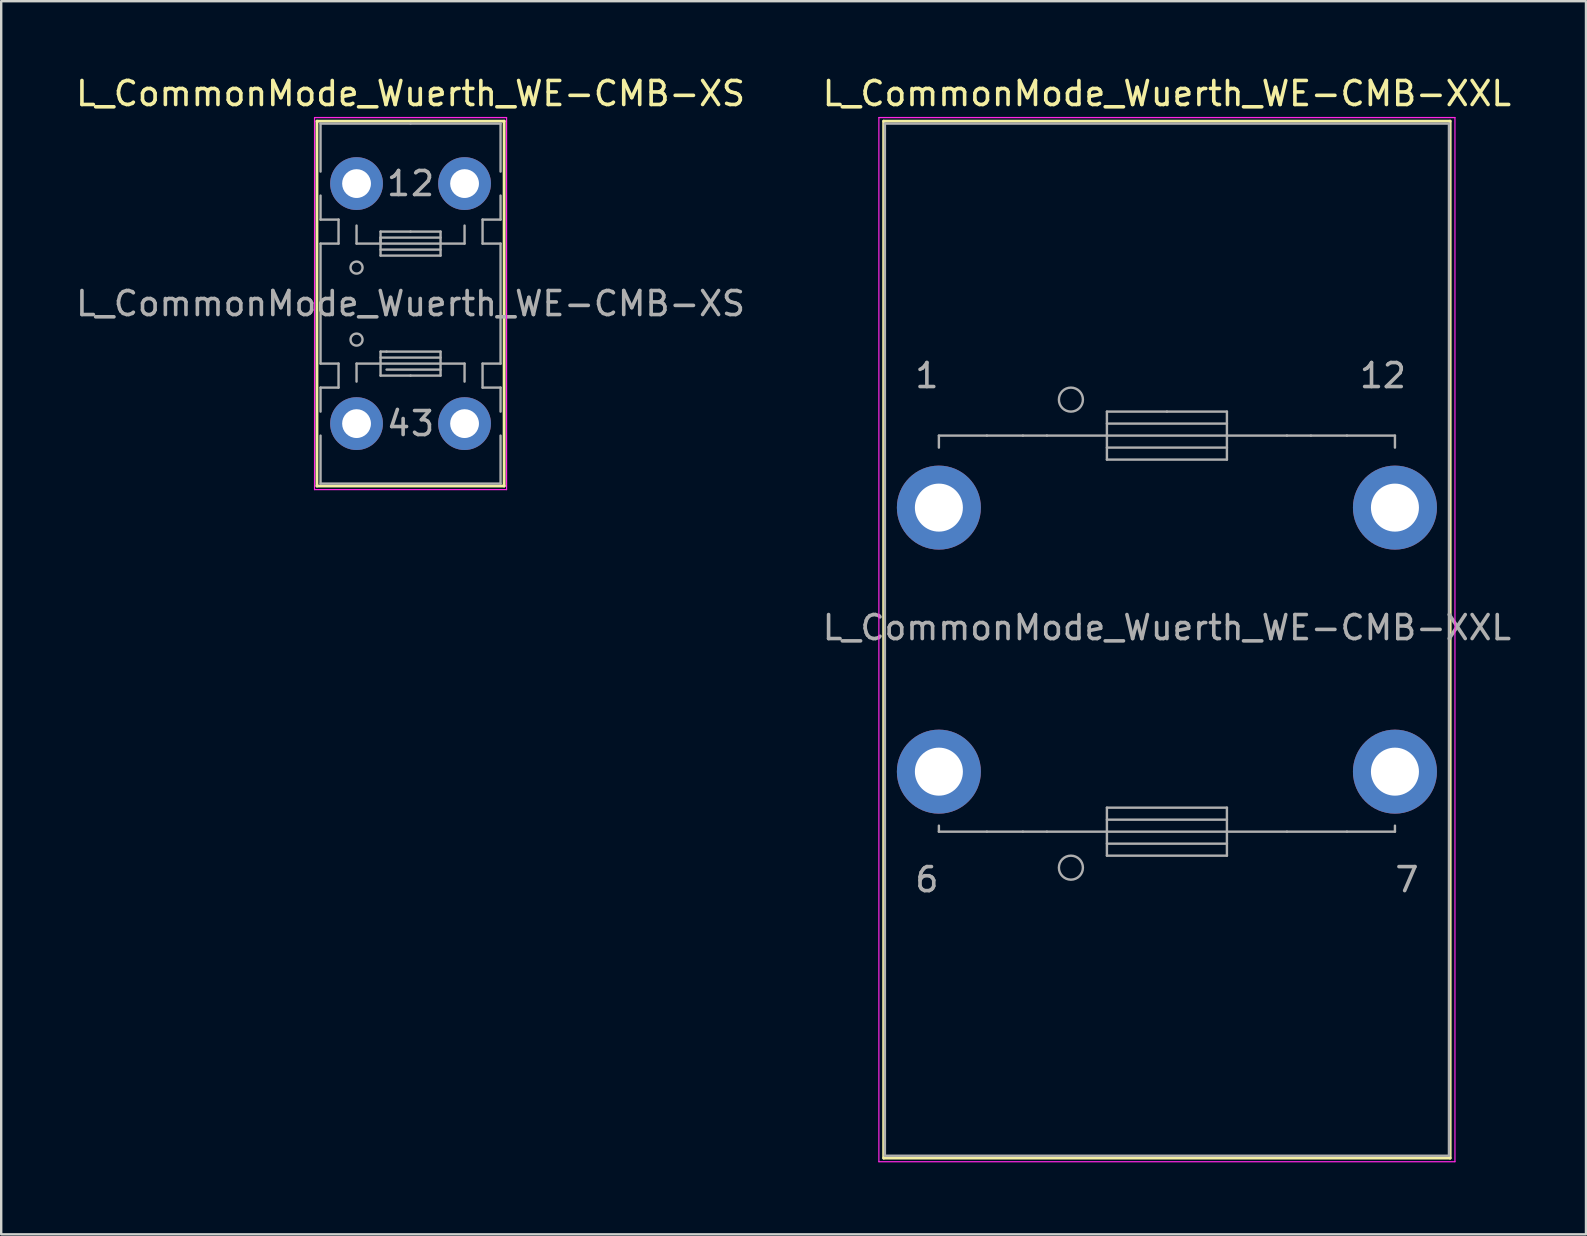
<source format=kicad_pcb>
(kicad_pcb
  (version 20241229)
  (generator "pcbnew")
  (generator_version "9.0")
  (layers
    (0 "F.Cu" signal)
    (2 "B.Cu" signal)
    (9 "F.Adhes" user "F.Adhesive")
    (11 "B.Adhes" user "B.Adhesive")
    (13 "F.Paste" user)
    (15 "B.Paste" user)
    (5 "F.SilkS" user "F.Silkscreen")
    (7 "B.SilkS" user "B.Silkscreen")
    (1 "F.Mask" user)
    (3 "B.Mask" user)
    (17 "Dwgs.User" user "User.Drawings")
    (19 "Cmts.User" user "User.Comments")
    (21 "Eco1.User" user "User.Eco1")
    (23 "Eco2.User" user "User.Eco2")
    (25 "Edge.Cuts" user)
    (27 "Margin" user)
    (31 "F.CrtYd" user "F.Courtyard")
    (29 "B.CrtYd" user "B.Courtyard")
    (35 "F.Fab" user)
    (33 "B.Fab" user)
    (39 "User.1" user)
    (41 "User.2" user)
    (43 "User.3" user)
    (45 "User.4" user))
  (footprint "L_CommonMode_Wuerth_WE-CMB-XXL"
    (layer "F.Cu")
    (at 36.065 18.098)
    (property "Reference" "L_CommonMode_Wuerth_WE-CMB-XXL" (at 9.5 -17.25 0) (layer "F.SilkS") (effects (font (size 1 1) (thickness 0.15))))
    (attr through_hole)
    (fp_line (start -2.3 -16.1) (end 21.3 -16.1) (stroke (width 0.12) (type solid)) (layer "F.SilkS"))
    (fp_line (start -2.3 27.1) (end -2.3 -16.1) (stroke (width 0.12) (type solid)) (layer "F.SilkS"))
    (fp_line (start 21.3 -16.1) (end 21.3 27.1) (stroke (width 0.12) (type solid)) (layer "F.SilkS"))
    (fp_line (start 21.3 27.1) (end -2.3 27.1) (stroke (width 0.12) (type solid)) (layer "F.SilkS"))
    (fp_line (start -2.5 -16.25) (end 21.5 -16.25) (stroke (width 0.05) (type solid)) (layer "F.CrtYd"))
    (fp_line (start -2.5 27.25) (end -2.5 -16.25) (stroke (width 0.05) (type solid)) (layer "F.CrtYd"))
    (fp_line (start 21.5 -16.25) (end 21.5 27.25) (stroke (width 0.05) (type solid)) (layer "F.CrtYd"))
    (fp_line (start 21.5 27.25) (end -2.5 27.25) (stroke (width 0.05) (type solid)) (layer "F.CrtYd"))
    (fp_line (start -2.25 -16) (end -2.25 27) (stroke (width 0.1) (type solid)) (layer "F.Fab"))
    (fp_line (start -2.25 27) (end 21.25 27) (stroke (width 0.1) (type solid)) (layer "F.Fab"))
    (fp_line (start 0 -3) (end 0 -2.5) (stroke (width 0.1) (type solid)) (layer "F.Fab"))
    (fp_line (start 0 13.5) (end 0 13.25) (stroke (width 0.1) (type solid)) (layer "F.Fab"))
    (fp_line (start 2 -3) (end 0 -3) (stroke (width 0.1) (type solid)) (layer "F.Fab"))
    (fp_line (start 2 13.5) (end 0 13.5) (stroke (width 0.1) (type solid)) (layer "F.Fab"))
    (fp_line (start 3.5 -3) (end 2 -3) (stroke (width 0.1) (type solid)) (layer "F.Fab"))
    (fp_line (start 3.5 13.5) (end 2 13.5) (stroke (width 0.1) (type solid)) (layer "F.Fab"))
    (fp_line (start 4.5 -3) (end 3.5 -3) (stroke (width 0.1) (type solid)) (layer "F.Fab"))
    (fp_line (start 4.5 13.5) (end 3.5 13.5) (stroke (width 0.1) (type solid)) (layer "F.Fab"))
    (fp_line (start 4.5 13.5) (end 7 13.5) (stroke (width 0.1) (type solid)) (layer "F.Fab"))
    (fp_line (start 7 -4) (end 9.5 -4) (stroke (width 0.1) (type solid)) (layer "F.Fab"))
    (fp_line (start 7 -3) (end 4.5 -3) (stroke (width 0.1) (type solid)) (layer "F.Fab"))
    (fp_line (start 7 -3) (end 12 -3) (stroke (width 0.1) (type solid)) (layer "F.Fab"))
    (fp_line (start 7 -2.5) (end 12 -2.5) (stroke (width 0.1) (type solid)) (layer "F.Fab"))
    (fp_line (start 7 -2) (end 7 -4) (stroke (width 0.1) (type solid)) (layer "F.Fab"))
    (fp_line (start 7 12.5) (end 12 12.5) (stroke (width 0.1) (type solid)) (layer "F.Fab"))
    (fp_line (start 7 14) (end 12 14) (stroke (width 0.1) (type solid)) (layer "F.Fab"))
    (fp_line (start 7 14.5) (end 7 12.5) (stroke (width 0.1) (type solid)) (layer "F.Fab"))
    (fp_line (start 9.5 -4) (end 12 -4) (stroke (width 0.1) (type solid)) (layer "F.Fab"))
    (fp_line (start 12 -4) (end 12 -2) (stroke (width 0.1) (type solid)) (layer "F.Fab"))
    (fp_line (start 12 -3.5) (end 7 -3.5) (stroke (width 0.1) (type solid)) (layer "F.Fab"))
    (fp_line (start 12 -3) (end 14.5 -3) (stroke (width 0.1) (type solid)) (layer "F.Fab"))
    (fp_line (start 12 -2) (end 7 -2) (stroke (width 0.1) (type solid)) (layer "F.Fab"))
    (fp_line (start 12 12.5) (end 12 14.5) (stroke (width 0.1) (type solid)) (layer "F.Fab"))
    (fp_line (start 12 13) (end 7 13) (stroke (width 0.1) (type solid)) (layer "F.Fab"))
    (fp_line (start 12 13.5) (end 7 13.5) (stroke (width 0.1) (type solid)) (layer "F.Fab"))
    (fp_line (start 12 14.5) (end 7 14.5) (stroke (width 0.1) (type solid)) (layer "F.Fab"))
    (fp_line (start 14.5 -3) (end 15.5 -3) (stroke (width 0.1) (type solid)) (layer "F.Fab"))
    (fp_line (start 14.5 13.5) (end 12 13.5) (stroke (width 0.1) (type solid)) (layer "F.Fab"))
    (fp_line (start 14.5 13.5) (end 17 13.5) (stroke (width 0.1) (type solid)) (layer "F.Fab"))
    (fp_line (start 15.5 -3) (end 17 -3) (stroke (width 0.1) (type solid)) (layer "F.Fab"))
    (fp_line (start 17 -3) (end 19 -3) (stroke (width 0.1) (type solid)) (layer "F.Fab"))
    (fp_line (start 17 13.5) (end 19 13.5) (stroke (width 0.1) (type solid)) (layer "F.Fab"))
    (fp_line (start 19 -3) (end 19 -2.5) (stroke (width 0.1) (type solid)) (layer "F.Fab"))
    (fp_line (start 19 13.5) (end 19 13.25) (stroke (width 0.1) (type solid)) (layer "F.Fab"))
    (fp_line (start 21.25 -16) (end -2.25 -16) (stroke (width 0.1) (type solid)) (layer "F.Fab"))
    (fp_line (start 21.25 27) (end 21.25 -16) (stroke (width 0.1) (type solid)) (layer "F.Fab"))
    (fp_circle (center 5.5 -4.5) (end 6 -4.5) (stroke (width 0.1) (type solid)) (fill no) (layer "F.Fab"))
    (fp_circle (center 5.5 15) (end 6 15) (stroke (width 0.1) (type solid)) (fill no) (layer "F.Fab"))
    (fp_text user "12" (at 18.5 -5.5 0) (layer "F.Fab") (effects (font (size 1 1) (thickness 0.15))))
    (fp_text user "6" (at -0.5 15.5 0) (layer "F.Fab") (effects (font (size 1 1) (thickness 0.15))))
    (fp_text user "${REFERENCE}" (at 9.5 5 0) (layer "F.Fab") (effects (font (size 1 1) (thickness 0.15))))
    (fp_text user "1" (at -0.5 -5.5 0) (layer "F.Fab") (effects (font (size 1 1) (thickness 0.15))))
    (fp_text user "7" (at 19.5 15.5 0) (layer "F.Fab") (effects (font (size 1 1) (thickness 0.15))))
    (pad "1" thru_hole circle (at 0 0) (size 3.5 3.5) (drill 2) (layers "*.Cu" "*.Mask"))
    (pad "6" thru_hole circle (at 0 11) (size 3.5 3.5) (drill 2) (layers "*.Cu" "*.Mask"))
    (pad "7" thru_hole circle (at 19 11) (size 3.5 3.5) (drill 2) (layers "*.Cu" "*.Mask"))
    (pad "12" thru_hole circle (at 19 0) (size 3.5 3.5) (drill 2) (layers "*.Cu" "*.Mask")))
  (footprint "L_CommonMode_Wuerth_WE-CMB-XS"
    (layer "F.Cu")
    (at 11.804 4.598)
    (property "Reference" "L_CommonMode_Wuerth_WE-CMB-XS" (at 2.25 -3.75 0) (layer "F.SilkS") (effects (font (size 1 1) (thickness 0.15))))
    (attr through_hole)
    (fp_line (start -1.65 -2.6) (end -1.65 12.6) (stroke (width 0.12) (type solid)) (layer "F.SilkS"))
    (fp_line (start -1.65 12.6) (end 6.15 12.6) (stroke (width 0.12) (type solid)) (layer "F.SilkS"))
    (fp_line (start 6.15 -2.6) (end -1.65 -2.6) (stroke (width 0.12) (type solid)) (layer "F.SilkS"))
    (fp_line (start 6.15 12.6) (end 6.15 -2.6) (stroke (width 0.12) (type solid)) (layer "F.SilkS"))
    (fp_line (start -1.75 -2.75) (end -1.75 12.75) (stroke (width 0.05) (type solid)) (layer "F.CrtYd"))
    (fp_line (start -1.75 12.75) (end 6.25 12.75) (stroke (width 0.05) (type solid)) (layer "F.CrtYd"))
    (fp_line (start 6.25 -2.75) (end -1.75 -2.75) (stroke (width 0.05) (type solid)) (layer "F.CrtYd"))
    (fp_line (start 6.25 12.75) (end 6.25 -2.75) (stroke (width 0.05) (type solid)) (layer "F.CrtYd"))
    (fp_line (start -1.5 -2.5) (end 2.25 -2.5) (stroke (width 0.1) (type solid)) (layer "F.Fab"))
    (fp_line (start -1.5 -0.5) (end -1.5 -2.5) (stroke (width 0.1) (type solid)) (layer "F.Fab"))
    (fp_line (start -1.5 1.5) (end -1.5 0.5) (stroke (width 0.1) (type solid)) (layer "F.Fab"))
    (fp_line (start -1.5 2.5) (end -0.75 2.5) (stroke (width 0.1) (type solid)) (layer "F.Fab"))
    (fp_line (start -1.5 7.5) (end -1.5 2.5) (stroke (width 0.1) (type solid)) (layer "F.Fab"))
    (fp_line (start -1.5 8.5) (end -0.75 8.5) (stroke (width 0.1) (type solid)) (layer "F.Fab"))
    (fp_line (start -1.5 9.5) (end -1.5 8.5) (stroke (width 0.1) (type solid)) (layer "F.Fab"))
    (fp_line (start -1.5 12.5) (end -1.5 10.5) (stroke (width 0.1) (type solid)) (layer "F.Fab"))
    (fp_line (start -0.75 1.5) (end -1.5 1.5) (stroke (width 0.1) (type solid)) (layer "F.Fab"))
    (fp_line (start -0.75 2.5) (end -0.75 1.5) (stroke (width 0.1) (type solid)) (layer "F.Fab"))
    (fp_line (start -0.75 7.5) (end -1.5 7.5) (stroke (width 0.1) (type solid)) (layer "F.Fab"))
    (fp_line (start -0.75 8.5) (end -0.75 7.5) (stroke (width 0.1) (type solid)) (layer "F.Fab"))
    (fp_line (start 0 2.5) (end 0 1.75) (stroke (width 0.1) (type solid)) (layer "F.Fab"))
    (fp_line (start 0 7.5) (end 0 8.25) (stroke (width 0.1) (type solid)) (layer "F.Fab"))
    (fp_line (start 1 2) (end 2.25 2) (stroke (width 0.1) (type solid)) (layer "F.Fab"))
    (fp_line (start 1 2.25) (end 1 2.5) (stroke (width 0.1) (type solid)) (layer "F.Fab"))
    (fp_line (start 1 2.5) (end 0 2.5) (stroke (width 0.1) (type solid)) (layer "F.Fab"))
    (fp_line (start 1 2.75) (end 3.5 2.75) (stroke (width 0.1) (type solid)) (layer "F.Fab"))
    (fp_line (start 1 3) (end 1 2) (stroke (width 0.1) (type solid)) (layer "F.Fab"))
    (fp_line (start 1 7) (end 1 8) (stroke (width 0.1) (type solid)) (layer "F.Fab"))
    (fp_line (start 1 7.5) (end 0 7.5) (stroke (width 0.1) (type solid)) (layer "F.Fab"))
    (fp_line (start 1 8) (end 2.25 8) (stroke (width 0.1) (type solid)) (layer "F.Fab"))
    (fp_line (start 1.25 7) (end 1 7) (stroke (width 0.1) (type solid)) (layer "F.Fab"))
    (fp_line (start 2.25 -2.5) (end 6 -2.5) (stroke (width 0.1) (type solid)) (layer "F.Fab"))
    (fp_line (start 2.25 2) (end 3.5 2) (stroke (width 0.1) (type solid)) (layer "F.Fab"))
    (fp_line (start 2.25 8) (end 3.5 8) (stroke (width 0.1) (type solid)) (layer "F.Fab"))
    (fp_line (start 3.5 2) (end 3.5 3) (stroke (width 0.1) (type solid)) (layer "F.Fab"))
    (fp_line (start 3.5 2.25) (end 1 2.25) (stroke (width 0.1) (type solid)) (layer "F.Fab"))
    (fp_line (start 3.5 2.5) (end 1 2.5) (stroke (width 0.1) (type solid)) (layer "F.Fab"))
    (fp_line (start 3.5 2.5) (end 4.5 2.5) (stroke (width 0.1) (type solid)) (layer "F.Fab"))
    (fp_line (start 3.5 3) (end 1 3) (stroke (width 0.1) (type solid)) (layer "F.Fab"))
    (fp_line (start 3.5 7) (end 1.25 7) (stroke (width 0.1) (type solid)) (layer "F.Fab"))
    (fp_line (start 3.5 7.25) (end 1 7.25) (stroke (width 0.1) (type solid)) (layer "F.Fab"))
    (fp_line (start 3.5 7.5) (end 1 7.5) (stroke (width 0.1) (type solid)) (layer "F.Fab"))
    (fp_line (start 3.5 7.5) (end 4.5 7.5) (stroke (width 0.1) (type solid)) (layer "F.Fab"))
    (fp_line (start 3.5 7.75) (end 1.25 7.75) (stroke (width 0.1) (type solid)) (layer "F.Fab"))
    (fp_line (start 3.5 8) (end 3.5 7) (stroke (width 0.1) (type solid)) (layer "F.Fab"))
    (fp_line (start 4.5 2.5) (end 4.5 1.75) (stroke (width 0.1) (type solid)) (layer "F.Fab"))
    (fp_line (start 4.5 7.5) (end 4.5 8.25) (stroke (width 0.1) (type solid)) (layer "F.Fab"))
    (fp_line (start 5.25 1.5) (end 5.25 2.5) (stroke (width 0.1) (type solid)) (layer "F.Fab"))
    (fp_line (start 5.25 2.5) (end 6 2.5) (stroke (width 0.1) (type solid)) (layer "F.Fab"))
    (fp_line (start 5.25 7.5) (end 5.25 8.5) (stroke (width 0.1) (type solid)) (layer "F.Fab"))
    (fp_line (start 5.25 8.5) (end 6 8.5) (stroke (width 0.1) (type solid)) (layer "F.Fab"))
    (fp_line (start 6 -2.5) (end 6 -0.5) (stroke (width 0.1) (type solid)) (layer "F.Fab"))
    (fp_line (start 6 0.5) (end 6 1.5) (stroke (width 0.1) (type solid)) (layer "F.Fab"))
    (fp_line (start 6 1.5) (end 5.25 1.5) (stroke (width 0.1) (type solid)) (layer "F.Fab"))
    (fp_line (start 6 2.5) (end 6 7.5) (stroke (width 0.1) (type solid)) (layer "F.Fab"))
    (fp_line (start 6 7.5) (end 5.25 7.5) (stroke (width 0.1) (type solid)) (layer "F.Fab"))
    (fp_line (start 6 8.5) (end 6 9.5) (stroke (width 0.1) (type solid)) (layer "F.Fab"))
    (fp_line (start 6 10.5) (end 6 12.5) (stroke (width 0.1) (type solid)) (layer "F.Fab"))
    (fp_line (start 6 12.5) (end -1.5 12.5) (stroke (width 0.1) (type solid)) (layer "F.Fab"))
    (fp_circle (center 0 3.5) (end 0.25 3.5) (stroke (width 0.1) (type solid)) (fill no) (layer "F.Fab"))
    (fp_circle (center 0 6.5) (end 0 6.25) (stroke (width 0.1) (type solid)) (fill no) (layer "F.Fab"))
    (fp_text user "3" (at 2.75 10 0) (layer "F.Fab") (effects (font (size 1 1) (thickness 0.15))))
    (fp_text user "${REFERENCE}" (at 2.25 5 0) (layer "F.Fab") (effects (font (size 1 1) (thickness 0.15))))
    (fp_text user "2" (at 2.75 0 0) (layer "F.Fab") (effects (font (size 1 1) (thickness 0.15))))
    (fp_text user "4" (at 1.75 10 0) (layer "F.Fab") (effects (font (size 1 1) (thickness 0.15))))
    (fp_text user "1" (at 1.75 0 0) (layer "F.Fab") (effects (font (size 1 1) (thickness 0.15))))
    (pad "1" thru_hole circle (at 0 0) (size 2.2 2.2) (drill 1.2) (layers "*.Cu" "*.Mask"))
    (pad "2" thru_hole circle (at 4.5 0) (size 2.2 2.2) (drill 1.2) (layers "*.Cu" "*.Mask"))
    (pad "3" thru_hole circle (at 4.5 10) (size 2.2 2.2) (drill 1.2) (layers "*.Cu" "*.Mask"))
    (pad "4" thru_hole circle (at 0 10) (size 2.2 2.2) (drill 1.2) (layers "*.Cu" "*.Mask")))
  (gr_rect
    (start -3 -3)
    (end 63.024 48.373)
    (stroke (width 0.1) (type default))
    (fill no)
    (layer "Edge.Cuts")))
</source>
